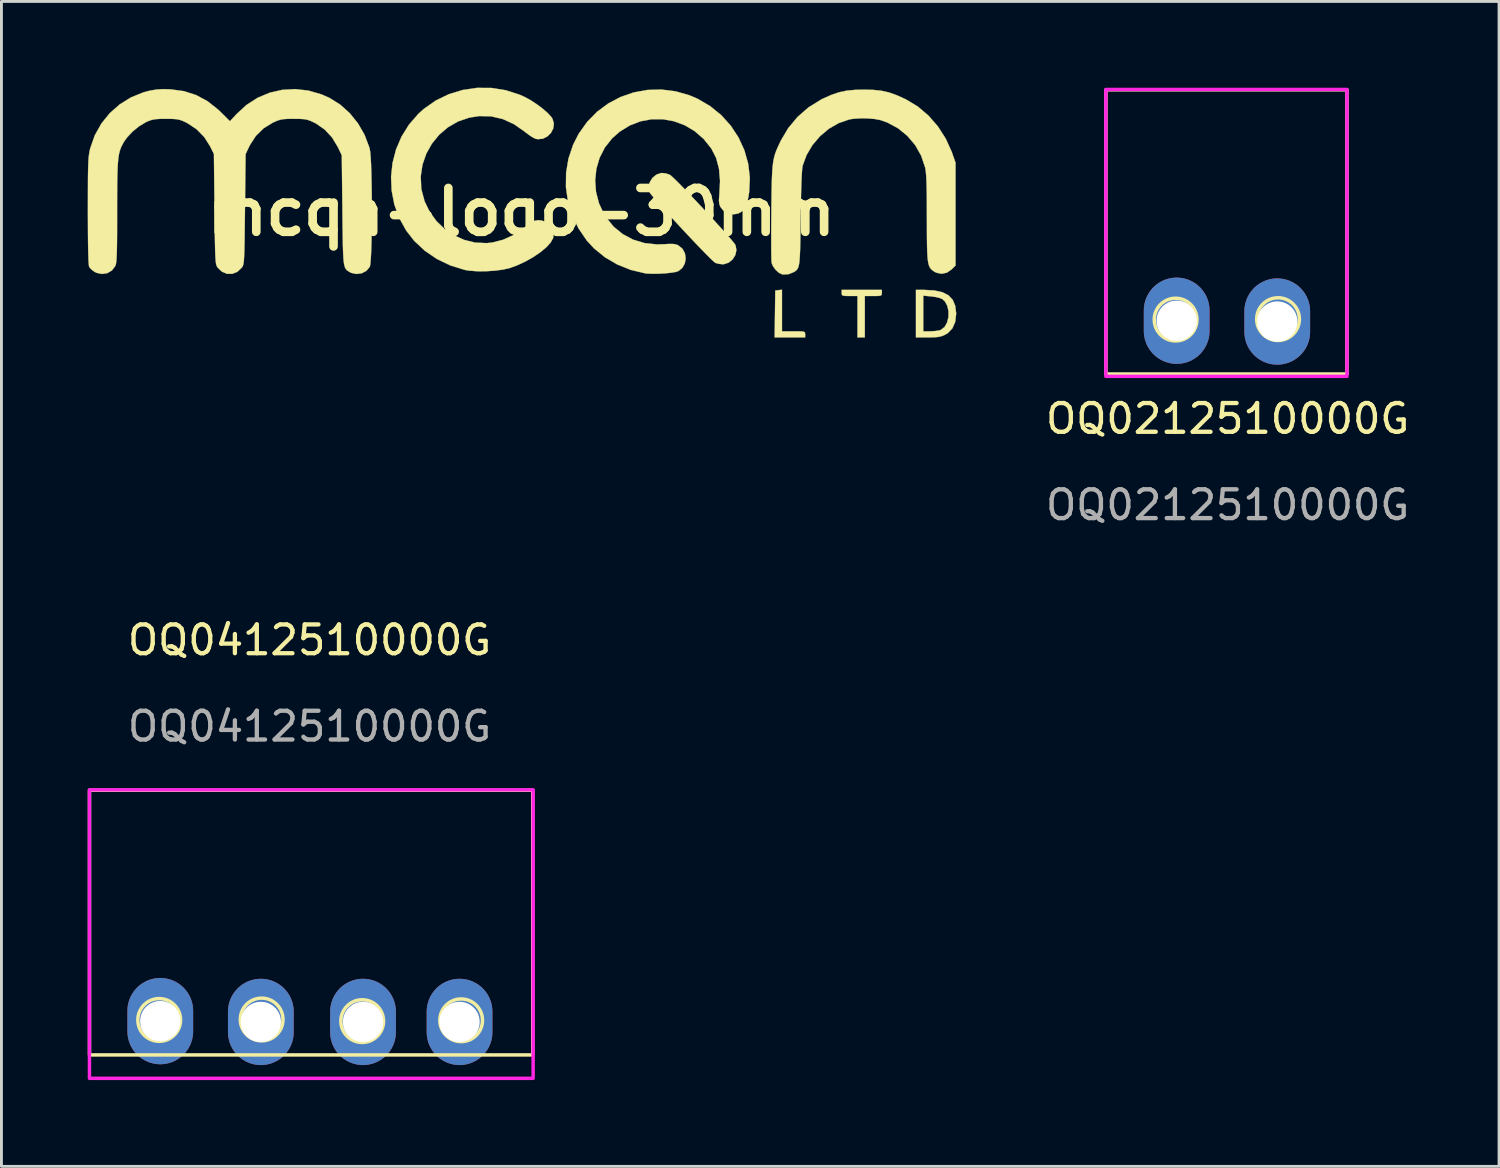
<source format=kicad_pcb>
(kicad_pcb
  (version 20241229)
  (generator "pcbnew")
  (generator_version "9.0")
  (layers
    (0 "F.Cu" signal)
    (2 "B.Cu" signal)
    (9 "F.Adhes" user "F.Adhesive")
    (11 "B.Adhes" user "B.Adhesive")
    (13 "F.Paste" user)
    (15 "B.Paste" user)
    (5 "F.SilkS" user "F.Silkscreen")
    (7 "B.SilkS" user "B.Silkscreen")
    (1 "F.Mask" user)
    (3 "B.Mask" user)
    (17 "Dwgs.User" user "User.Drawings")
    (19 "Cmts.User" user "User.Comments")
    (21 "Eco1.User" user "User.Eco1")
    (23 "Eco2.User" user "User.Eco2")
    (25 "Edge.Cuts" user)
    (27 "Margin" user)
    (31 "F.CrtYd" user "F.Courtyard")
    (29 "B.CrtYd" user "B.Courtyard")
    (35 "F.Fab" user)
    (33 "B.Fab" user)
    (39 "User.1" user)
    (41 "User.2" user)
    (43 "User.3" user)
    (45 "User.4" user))
  (footprint "OQ0212510000G"
    (layer "F.Cu")
    (at 39.628 12.006)
    (property "Reference" "OQ0212510000G" (at 0 -0.5 0) (unlocked yes) (layer "F.SilkS") (effects (font (size 1 1) (thickness 0.15))))
    (attr smd)
    (fp_rect (start -4.233 -11.933) (end 4.148 -2.054) (stroke (width 0.12) (type default)) (fill no) (layer "F.SilkS"))
    (fp_circle (center -1.809 -3.946) (end -1.245 -3.463) (stroke (width 0.12) (type default)) (fill no) (layer "F.SilkS"))
    (fp_circle (center 1.752 -3.962) (end 2.316 -3.479) (stroke (width 0.12) (type default)) (fill no) (layer "F.SilkS"))
    (fp_rect (start -4.234 -11.946) (end 4.148 -1.973) (stroke (width 0.12) (type default)) (fill no) (layer "F.CrtYd"))
    (fp_text user "${REFERENCE}" (at 0 2.5 0) (unlocked yes) (layer "F.Fab") (effects (font (size 1 1) (thickness 0.15))))
    (pad "1" thru_hole oval (at -1.772 -3.906) (size 2.286 3) (drill 1.4) (layers "*.Cu" "*.Mask"))
    (pad "2" thru_hole oval (at 1.724 -3.878) (size 2.286 3) (drill 1.4) (layers "*.Cu" "*.Mask")))
  (footprint "mcqn-logo-30mm"
    (layer "F.Cu")
    (at 15.076 4.319)
    (property "Reference" "mcqn-logo-30mm" (at 0 0 0) (layer "F.SilkS") (effects (font (size 1.524 1.524) (thickness 0.3))))
    (attr through_hole)
    (fp_poly (pts (xy 9.059 4.149) (xy 9.461 4.149) (xy 9.648 4.149) (xy 9.765 4.154) (xy 9.83 4.168) (xy 9.857 4.194) (xy 9.864 4.237) (xy 9.864 4.255) (xy 9.864 4.36) (xy 8.804 4.36) (xy 8.815 3.545) (xy 8.826 2.731) (xy 8.943 2.717) (xy 9.059 2.704) (xy 9.059 4.149)) (stroke (width 0.01) (type solid)) (fill yes) (layer "F.SilkS"))
    (fp_poly (pts (xy 12.531 2.815) (xy 12.526 2.87) (xy 12.501 2.902) (xy 12.436 2.917) (xy 12.313 2.921) (xy 12.234 2.921) (xy 11.938 2.921) (xy 11.938 4.36) (xy 11.684 4.36) (xy 11.684 2.921) (xy 11.409 2.921) (xy 11.261 2.919) (xy 11.179 2.909) (xy 11.143 2.882) (xy 11.134 2.832) (xy 11.134 2.815) (xy 11.134 2.709) (xy 12.531 2.709) (xy 12.531 2.815)) (stroke (width 0.01) (type solid)) (fill yes) (layer "F.SilkS"))
    (fp_poly (pts (xy 14.359 2.729) (xy 14.637 2.791) (xy 14.847 2.898) (xy 14.994 3.053) (xy 15.081 3.259) (xy 15.113 3.518) (xy 15.113 3.546) (xy 15.081 3.82) (xy 14.985 4.042) (xy 14.828 4.207) (xy 14.734 4.265) (xy 14.626 4.312) (xy 14.513 4.341) (xy 14.37 4.356) (xy 14.172 4.36) (xy 14.13 4.36) (xy 13.716 4.36) (xy 13.716 4.149) (xy 13.97 4.149) (xy 14.222 4.149) (xy 14.379 4.14) (xy 14.517 4.119) (xy 14.581 4.1) (xy 14.711 3.998) (xy 14.799 3.842) (xy 14.846 3.655) (xy 14.849 3.456) (xy 14.809 3.267) (xy 14.723 3.11) (xy 14.636 3.029) (xy 14.539 2.99) (xy 14.393 2.955) (xy 14.251 2.935) (xy 13.97 2.909) (xy 13.97 4.149) (xy 13.716 4.149) (xy 13.716 2.709) (xy 14.01 2.709) (xy 14.359 2.729)) (stroke (width 0.01) (type solid)) (fill yes) (layer "F.SilkS"))
    (fp_poly (pts (xy 5.034 -1.337) (xy 5.156 -1.295) (xy 5.217 -1.248) (xy 5.326 -1.146) (xy 5.475 -0.998) (xy 5.656 -0.814) (xy 5.861 -0.601) (xy 6.082 -0.369) (xy 6.31 -0.126) (xy 6.538 0.119) (xy 6.757 0.357) (xy 6.96 0.581) (xy 7.137 0.78) (xy 7.282 0.946) (xy 7.385 1.071) (xy 7.44 1.146) (xy 7.444 1.155) (xy 7.475 1.326) (xy 7.437 1.497) (xy 7.343 1.648) (xy 7.206 1.761) (xy 7.041 1.815) (xy 6.992 1.817) (xy 6.86 1.803) (xy 6.749 1.772) (xy 6.743 1.769) (xy 6.687 1.725) (xy 6.582 1.627) (xy 6.437 1.482) (xy 6.26 1.3) (xy 6.057 1.09) (xy 5.839 0.859) (xy 5.612 0.617) (xy 5.385 0.373) (xy 5.165 0.134) (xy 4.961 -0.091) (xy 4.78 -0.293) (xy 4.631 -0.463) (xy 4.522 -0.593) (xy 4.461 -0.674) (xy 4.452 -0.69) (xy 4.422 -0.859) (xy 4.46 -1.029) (xy 4.553 -1.182) (xy 4.688 -1.296) (xy 4.851 -1.352) (xy 4.895 -1.355) (xy 5.034 -1.337)) (stroke (width 0.01) (type solid)) (fill yes) (layer "F.SilkS"))
    (fp_poly (pts (xy -1.042 -4.311) (xy -0.543 -4.232) (xy -0.058 -4.075) (xy 0.108 -4.001) (xy 0.318 -3.887) (xy 0.533 -3.746) (xy 0.737 -3.594) (xy 0.911 -3.443) (xy 1.036 -3.308) (xy 1.079 -3.244) (xy 1.129 -3.074) (xy 1.107 -2.904) (xy 1.028 -2.75) (xy 0.904 -2.626) (xy 0.747 -2.547) (xy 0.57 -2.53) (xy 0.495 -2.544) (xy 0.406 -2.586) (xy 0.279 -2.668) (xy 0.138 -2.773) (xy 0.114 -2.793) (xy -0.259 -3.053) (xy -0.647 -3.23) (xy -1.048 -3.324) (xy -1.461 -3.335) (xy -1.811 -3.28) (xy -2.202 -3.147) (xy -2.553 -2.945) (xy -2.858 -2.684) (xy -3.112 -2.374) (xy -3.308 -2.023) (xy -3.439 -1.643) (xy -3.499 -1.242) (xy -3.482 -0.829) (xy -3.472 -0.768) (xy -3.366 -0.372) (xy -3.19 -0.009) (xy -2.956 0.314) (xy -2.67 0.59) (xy -2.344 0.811) (xy -1.986 0.972) (xy -1.605 1.065) (xy -1.21 1.083) (xy -1.016 1.063) (xy -0.639 0.967) (xy -0.268 0.799) (xy 0.074 0.572) (xy 0.144 0.515) (xy 0.317 0.38) (xy 0.46 0.306) (xy 0.595 0.283) (xy 0.736 0.305) (xy 0.907 0.386) (xy 1.035 0.52) (xy 1.108 0.685) (xy 1.113 0.862) (xy 1.1 0.913) (xy 1.014 1.066) (xy 0.861 1.233) (xy 0.652 1.405) (xy 0.402 1.574) (xy 0.124 1.73) (xy -0.17 1.864) (xy -0.402 1.948) (xy -0.639 2.003) (xy -0.929 2.041) (xy -1.243 2.061) (xy -1.551 2.06) (xy -1.824 2.039) (xy -1.968 2.014) (xy -2.47 1.859) (xy -2.936 1.635) (xy -3.357 1.349) (xy -3.724 1.006) (xy -4.005 0.646) (xy -4.249 0.206) (xy -4.417 -0.259) (xy -4.51 -0.739) (xy -4.531 -1.225) (xy -4.479 -1.707) (xy -4.357 -2.176) (xy -4.166 -2.622) (xy -3.907 -3.038) (xy -3.582 -3.412) (xy -3.39 -3.585) (xy -2.974 -3.876) (xy -2.521 -4.095) (xy -2.041 -4.241) (xy -1.545 -4.314) (xy -1.042 -4.311)) (stroke (width 0.01) (type solid)) (fill yes) (layer "F.SilkS"))
    (fp_poly (pts (xy 5.356 -4.195) (xy 5.841 -4.057) (xy 6.124 -3.936) (xy 6.563 -3.679) (xy 6.95 -3.364) (xy 7.28 -2.997) (xy 7.549 -2.588) (xy 7.752 -2.145) (xy 7.884 -1.677) (xy 7.941 -1.191) (xy 7.919 -0.697) (xy 7.917 -0.688) (xy 7.887 -0.501) (xy 7.85 -0.329) (xy 7.812 -0.203) (xy 7.802 -0.178) (xy 7.692 -0.034) (xy 7.54 0.053) (xy 7.367 0.083) (xy 7.192 0.055) (xy 7.036 -0.031) (xy 6.919 -0.174) (xy 6.918 -0.176) (xy 6.88 -0.277) (xy 6.867 -0.397) (xy 6.878 -0.566) (xy 6.88 -0.588) (xy 6.906 -1.075) (xy 6.869 -1.506) (xy 6.769 -1.881) (xy 6.606 -2.2) (xy 6.606 -2.201) (xy 6.335 -2.54) (xy 6.021 -2.812) (xy 5.674 -3.017) (xy 5.303 -3.155) (xy 4.917 -3.224) (xy 4.527 -3.224) (xy 4.141 -3.152) (xy 3.768 -3.009) (xy 3.419 -2.793) (xy 3.155 -2.561) (xy 2.902 -2.242) (xy 2.719 -1.885) (xy 2.606 -1.501) (xy 2.564 -1.101) (xy 2.594 -0.697) (xy 2.697 -0.301) (xy 2.873 0.078) (xy 2.94 0.184) (xy 3.203 0.508) (xy 3.519 0.767) (xy 3.879 0.96) (xy 4.276 1.081) (xy 4.704 1.128) (xy 4.958 1.121) (xy 5.154 1.11) (xy 5.291 1.113) (xy 5.39 1.133) (xy 5.455 1.161) (xy 5.599 1.278) (xy 5.684 1.435) (xy 5.712 1.613) (xy 5.681 1.79) (xy 5.592 1.947) (xy 5.452 2.058) (xy 5.351 2.088) (xy 5.188 2.114) (xy 4.986 2.134) (xy 4.768 2.146) (xy 4.557 2.148) (xy 4.376 2.141) (xy 4.297 2.131) (xy 3.802 2.014) (xy 3.334 1.826) (xy 2.904 1.574) (xy 2.525 1.266) (xy 2.277 0.997) (xy 1.983 0.568) (xy 1.763 0.108) (xy 1.617 -0.374) (xy 1.548 -0.868) (xy 1.554 -1.366) (xy 1.637 -1.859) (xy 1.798 -2.337) (xy 1.99 -2.715) (xy 2.283 -3.128) (xy 2.629 -3.482) (xy 3.02 -3.772) (xy 3.448 -3.998) (xy 3.903 -4.155) (xy 4.379 -4.242) (xy 4.866 -4.256) (xy 5.356 -4.195)) (stroke (width 0.01) (type solid)) (fill yes) (layer "F.SilkS"))
    (fp_poly (pts (xy 12.234 -4.244) (xy 12.518 -4.214) (xy 12.778 -4.155) (xy 13.045 -4.061) (xy 13.346 -3.924) (xy 13.375 -3.91) (xy 13.781 -3.665) (xy 14.152 -3.35) (xy 14.478 -2.976) (xy 14.749 -2.554) (xy 14.958 -2.095) (xy 14.973 -2.053) (xy 15.092 -1.714) (xy 15.092 1.861) (xy 14.961 1.992) (xy 14.793 2.109) (xy 14.608 2.149) (xy 14.423 2.11) (xy 14.359 2.076) (xy 14.294 2.032) (xy 14.24 1.985) (xy 14.198 1.927) (xy 14.164 1.848) (xy 14.139 1.741) (xy 14.121 1.597) (xy 14.109 1.407) (xy 14.102 1.163) (xy 14.098 0.857) (xy 14.097 0.48) (xy 14.096 0.202) (xy 14.095 -0.227) (xy 14.093 -0.58) (xy 14.088 -0.866) (xy 14.081 -1.094) (xy 14.071 -1.273) (xy 14.058 -1.411) (xy 14.042 -1.517) (xy 14.033 -1.556) (xy 13.896 -1.959) (xy 13.689 -2.325) (xy 13.419 -2.644) (xy 13.096 -2.908) (xy 12.727 -3.108) (xy 12.491 -3.192) (xy 12.287 -3.232) (xy 12.035 -3.254) (xy 11.768 -3.255) (xy 11.521 -3.237) (xy 11.389 -3.214) (xy 11.026 -3.088) (xy 10.685 -2.891) (xy 10.378 -2.631) (xy 10.116 -2.323) (xy 9.912 -1.976) (xy 9.777 -1.609) (xy 9.762 -1.508) (xy 9.748 -1.326) (xy 9.736 -1.067) (xy 9.725 -0.735) (xy 9.716 -0.333) (xy 9.708 0.134) (xy 9.707 0.212) (xy 9.702 0.641) (xy 9.696 0.995) (xy 9.69 1.28) (xy 9.681 1.505) (xy 9.669 1.678) (xy 9.654 1.807) (xy 9.632 1.902) (xy 9.605 1.968) (xy 9.571 2.016) (xy 9.528 2.053) (xy 9.476 2.087) (xy 9.471 2.09) (xy 9.287 2.163) (xy 9.092 2.174) (xy 9.07 2.17) (xy 8.953 2.115) (xy 8.835 2.008) (xy 8.74 1.875) (xy 8.698 1.766) (xy 8.693 1.693) (xy 8.689 1.547) (xy 8.686 1.336) (xy 8.685 1.071) (xy 8.685 0.762) (xy 8.686 0.419) (xy 8.689 0.053) (xy 8.689 -0.000255) (xy 8.694 -0.444) (xy 8.7 -0.812) (xy 8.707 -1.117) (xy 8.718 -1.366) (xy 8.733 -1.572) (xy 8.754 -1.743) (xy 8.783 -1.889) (xy 8.82 -2.021) (xy 8.867 -2.15) (xy 8.926 -2.283) (xy 8.997 -2.433) (xy 9.017 -2.477) (xy 9.275 -2.913) (xy 9.599 -3.303) (xy 9.981 -3.636) (xy 10.412 -3.904) (xy 10.477 -3.937) (xy 10.773 -4.069) (xy 11.039 -4.16) (xy 11.305 -4.217) (xy 11.6 -4.245) (xy 11.896 -4.252) (xy 12.234 -4.244)) (stroke (width 0.01) (type solid)) (fill yes) (layer "F.SilkS"))
    (fp_poly (pts (xy -7.401 -4.219) (xy -6.947 -4.087) (xy -6.677 -3.968) (xy -6.304 -3.736) (xy -5.97 -3.437) (xy -5.683 -3.082) (xy -5.454 -2.686) (xy -5.292 -2.259) (xy -5.271 -2.182) (xy -5.254 -2.071) (xy -5.239 -1.89) (xy -5.226 -1.652) (xy -5.216 -1.365) (xy -5.209 -1.042) (xy -5.203 -0.692) (xy -5.2 -0.326) (xy -5.2 0.045) (xy -5.202 0.41) (xy -5.206 0.759) (xy -5.213 1.081) (xy -5.222 1.365) (xy -5.234 1.601) (xy -5.248 1.778) (xy -5.264 1.885) (xy -5.271 1.906) (xy -5.387 2.045) (xy -5.549 2.13) (xy -5.733 2.156) (xy -5.915 2.117) (xy -5.966 2.091) (xy -6.02 2.058) (xy -6.065 2.026) (xy -6.102 1.986) (xy -6.132 1.932) (xy -6.156 1.854) (xy -6.174 1.747) (xy -6.188 1.601) (xy -6.198 1.411) (xy -6.206 1.168) (xy -6.212 0.864) (xy -6.217 0.492) (xy -6.222 0.045) (xy -6.223 -0.064) (xy -6.244 -1.968) (xy -6.379 -2.253) (xy -6.58 -2.587) (xy -6.835 -2.863) (xy -7.138 -3.074) (xy -7.191 -3.101) (xy -7.324 -3.164) (xy -7.434 -3.204) (xy -7.547 -3.226) (xy -7.689 -3.236) (xy -7.886 -3.238) (xy -7.915 -3.239) (xy -8.123 -3.237) (xy -8.272 -3.227) (xy -8.39 -3.206) (xy -8.503 -3.168) (xy -8.638 -3.107) (xy -8.646 -3.104) (xy -8.964 -2.907) (xy -9.231 -2.646) (xy -9.437 -2.328) (xy -9.458 -2.286) (xy -9.588 -2.011) (xy -9.61 -0.098) (xy -9.615 0.354) (xy -9.62 0.73) (xy -9.624 1.036) (xy -9.629 1.281) (xy -9.635 1.472) (xy -9.643 1.617) (xy -9.652 1.724) (xy -9.663 1.801) (xy -9.676 1.855) (xy -9.693 1.893) (xy -9.713 1.925) (xy -9.72 1.934) (xy -9.873 2.08) (xy -10.051 2.151) (xy -10.237 2.149) (xy -10.414 2.073) (xy -10.558 1.934) (xy -10.579 1.903) (xy -10.597 1.867) (xy -10.611 1.819) (xy -10.623 1.75) (xy -10.632 1.653) (xy -10.64 1.52) (xy -10.647 1.344) (xy -10.652 1.116) (xy -10.657 0.828) (xy -10.661 0.475) (xy -10.666 0.046) (xy -10.668 -0.099) (xy -10.689 -2.013) (xy -10.824 -2.287) (xy -11.028 -2.608) (xy -11.296 -2.88) (xy -11.613 -3.089) (xy -11.64 -3.103) (xy -11.771 -3.165) (xy -11.881 -3.204) (xy -11.994 -3.226) (xy -12.137 -3.236) (xy -12.337 -3.238) (xy -12.36 -3.239) (xy -12.572 -3.236) (xy -12.725 -3.226) (xy -12.845 -3.204) (xy -12.956 -3.166) (xy -13.048 -3.125) (xy -13.286 -2.984) (xy -13.519 -2.794) (xy -13.717 -2.581) (xy -13.82 -2.434) (xy -13.874 -2.336) (xy -13.92 -2.241) (xy -13.957 -2.14) (xy -13.987 -2.023) (xy -14.01 -1.883) (xy -14.027 -1.711) (xy -14.039 -1.499) (xy -14.047 -1.237) (xy -14.052 -0.917) (xy -14.054 -0.53) (xy -14.055 -0.069) (xy -14.055 -0.008) (xy -14.055 0.435) (xy -14.056 0.802) (xy -14.059 1.099) (xy -14.063 1.335) (xy -14.069 1.518) (xy -14.077 1.656) (xy -14.087 1.756) (xy -14.1 1.825) (xy -14.116 1.873) (xy -14.119 1.879) (xy -14.234 2.032) (xy -14.395 2.126) (xy -14.58 2.155) (xy -14.771 2.115) (xy -14.846 2.076) (xy -14.949 1.999) (xy -15.021 1.918) (xy -15.026 1.91) (xy -15.038 1.842) (xy -15.049 1.69) (xy -15.057 1.454) (xy -15.064 1.135) (xy -15.068 0.733) (xy -15.07 0.249) (xy -15.071 -0.033) (xy -15.07 -0.484) (xy -15.069 -0.859) (xy -15.068 -1.167) (xy -15.064 -1.416) (xy -15.059 -1.616) (xy -15.052 -1.775) (xy -15.043 -1.903) (xy -15.03 -2.007) (xy -15.015 -2.096) (xy -14.997 -2.18) (xy -14.987 -2.218) (xy -14.831 -2.664) (xy -14.603 -3.072) (xy -14.313 -3.432) (xy -13.967 -3.738) (xy -13.573 -3.983) (xy -13.138 -4.159) (xy -12.928 -4.215) (xy -12.687 -4.256) (xy -12.442 -4.271) (xy -12.196 -4.263) (xy -11.732 -4.2) (xy -11.308 -4.064) (xy -10.916 -3.853) (xy -10.547 -3.563) (xy -10.453 -3.473) (xy -10.132 -3.154) (xy -9.905 -3.401) (xy -9.557 -3.721) (xy -9.17 -3.97) (xy -8.752 -4.145) (xy -8.312 -4.246) (xy -7.859 -4.271) (xy -7.401 -4.219)) (stroke (width 0.01) (type solid)) (fill yes) (layer "F.SilkS")))
  (footprint "OQ0412510000G"
    (layer "F.Cu")
    (at 7.792 28.999)
    (property "Reference" "OQ0412510000G" (at -0.081 -9.796 0) (unlocked yes) (layer "F.SilkS") (effects (font (size 1 1) (thickness 0.15))))
    (attr smd)
    (fp_rect (start -7.731 -4.577) (end 7.679 4.624) (stroke (width 0.12) (type default)) (fill no) (layer "F.SilkS"))
    (fp_circle (center -5.307 3.409) (end -4.743 3.893) (stroke (width 0.12) (type default)) (fill no) (layer "F.SilkS"))
    (fp_circle (center -1.746 3.393) (end -1.182 3.876) (stroke (width 0.12) (type default)) (fill no) (layer "F.SilkS"))
    (fp_circle (center 1.75 3.449) (end 2.314 3.932) (stroke (width 0.12) (type default)) (fill no) (layer "F.SilkS"))
    (fp_circle (center 5.19 3.421) (end 5.753 3.904) (stroke (width 0.12) (type default)) (fill no) (layer "F.SilkS"))
    (fp_rect (start -7.732 -4.591) (end 7.692 5.438) (stroke (width 0.12) (type default)) (fill no) (layer "F.CrtYd"))
    (fp_text user "${REFERENCE}" (at -0.081 -6.796 0) (unlocked yes) (layer "F.Fab") (effects (font (size 1 1) (thickness 0.15))))
    (pad "1" thru_hole oval (at -5.27 3.449) (size 2.286 3) (drill 1.4) (layers "*.Cu" "*.Mask"))
    (pad "2" thru_hole oval (at -1.774 3.477) (size 2.286 3) (drill 1.4) (layers "*.Cu" "*.Mask"))
    (pad "3" thru_hole oval (at 1.778 3.477) (size 2.286 3) (drill 1.4) (layers "*.Cu" "*.Mask"))
    (pad "4" thru_hole oval (at 5.134 3.477) (size 2.286 3) (drill 1.4) (layers "*.Cu" "*.Mask")))
  (gr_rect
    (start -3 -3)
    (end 49.063 37.497)
    (stroke (width 0.1) (type default))
    (fill no)
    (layer "Edge.Cuts")))
</source>
